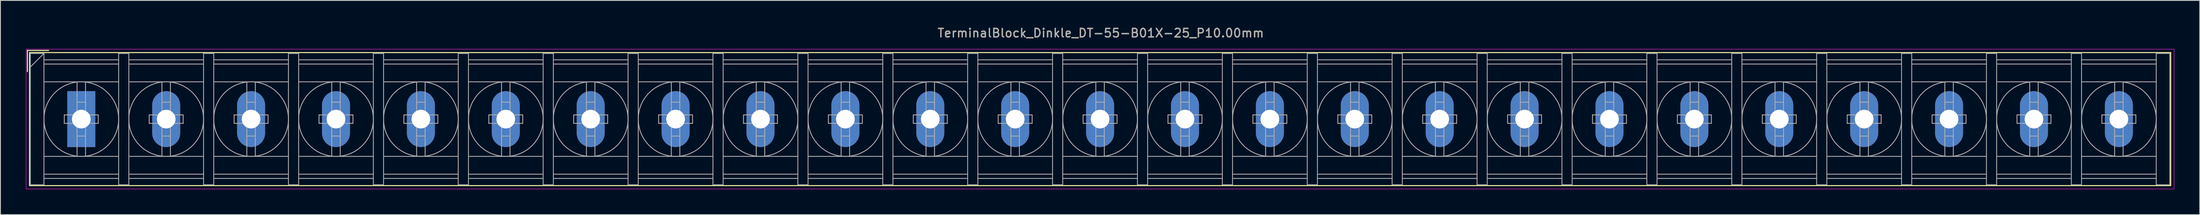
<source format=kicad_pcb>
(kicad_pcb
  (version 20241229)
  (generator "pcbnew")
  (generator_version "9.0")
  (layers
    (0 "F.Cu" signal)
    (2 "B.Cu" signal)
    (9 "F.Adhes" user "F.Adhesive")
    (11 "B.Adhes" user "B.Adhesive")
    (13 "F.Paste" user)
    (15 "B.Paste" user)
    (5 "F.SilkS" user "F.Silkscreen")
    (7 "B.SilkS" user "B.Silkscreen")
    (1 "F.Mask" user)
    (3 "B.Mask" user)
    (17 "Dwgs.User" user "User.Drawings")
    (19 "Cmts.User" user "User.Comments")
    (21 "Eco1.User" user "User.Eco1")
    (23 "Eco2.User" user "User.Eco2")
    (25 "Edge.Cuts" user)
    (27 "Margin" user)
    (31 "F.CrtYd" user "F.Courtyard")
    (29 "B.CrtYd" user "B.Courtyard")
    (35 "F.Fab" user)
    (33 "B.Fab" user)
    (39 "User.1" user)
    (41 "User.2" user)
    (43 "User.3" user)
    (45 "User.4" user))
  (footprint "TerminalBlock_Dinkle_DT-55-B01X-25_P10.00mm"
    (layer "F.Cu")
    (at 6.525 11.008)
    (property "Reference" "TerminalBlock_Dinkle_DT-55-B01X-25_P10.00mm" (at 120.08 -10.16 0) (layer "F.SilkS") (effects (font (size 1 1) (thickness 0.15))))
    (attr through_hole)
    (fp_line (start -6.35 -8.1) (end -3.85 -8.1) (stroke (width 0.12) (type solid)) (layer "F.SilkS"))
    (fp_line (start -6.35 -5.6) (end -6.35 -8.1) (stroke (width 0.12) (type solid)) (layer "F.SilkS"))
    (fp_line (start -6.1 -7.85) (end 246.1 -7.85) (stroke (width 0.12) (type solid)) (layer "F.SilkS"))
    (fp_line (start -6.1 7.85) (end -6.1 -7.85) (stroke (width 0.12) (type solid)) (layer "F.SilkS"))
    (fp_line (start -6.1 7.85) (end 246.1 7.85) (stroke (width 0.12) (type solid)) (layer "F.SilkS"))
    (fp_line (start 246.1 -7.85) (end 246.1 7.85) (stroke (width 0.12) (type solid)) (layer "F.SilkS"))
    (fp_line (start -6.5 -8.25) (end 246.5 -8.25) (stroke (width 0.05) (type solid)) (layer "F.CrtYd"))
    (fp_line (start -6.5 8.25) (end -6.5 -8.25) (stroke (width 0.05) (type solid)) (layer "F.CrtYd"))
    (fp_line (start -6.5 8.25) (end 246.5 8.25) (stroke (width 0.05) (type solid)) (layer "F.CrtYd"))
    (fp_line (start 246.5 -8.25) (end 246.5 8.25) (stroke (width 0.05) (type solid)) (layer "F.CrtYd"))
    (fp_line (start -6 -7.75) (end -6 7.75) (stroke (width 0.1) (type solid)) (layer "F.Fab"))
    (fp_line (start -6 -7.75) (end -4.4 -7.75) (stroke (width 0.1) (type solid)) (layer "F.Fab"))
    (fp_line (start -6 7.75) (end -4.4 7.75) (stroke (width 0.1) (type solid)) (layer "F.Fab"))
    (fp_line (start -4.4 -7.75) (end -6 -6.15) (stroke (width 0.1) (type solid)) (layer "F.Fab"))
    (fp_line (start -4.4 -7.75) (end -4.4 7.75) (stroke (width 0.1) (type solid)) (layer "F.Fab"))
    (fp_line (start -4.4 -7) (end 4.4 -7) (stroke (width 0.1) (type solid)) (layer "F.Fab"))
    (fp_line (start -4.4 -6.5) (end 4.4 -6.5) (stroke (width 0.1) (type solid)) (layer "F.Fab"))
    (fp_line (start -4.4 -4.4) (end 4.4 -4.4) (stroke (width 0.1) (type solid)) (layer "F.Fab"))
    (fp_line (start -4.4 4.4) (end 4.4 4.4) (stroke (width 0.1) (type solid)) (layer "F.Fab"))
    (fp_line (start -4.4 6.5) (end 4.4 6.5) (stroke (width 0.1) (type solid)) (layer "F.Fab"))
    (fp_line (start -4.4 7) (end 4.4 7) (stroke (width 0.1) (type solid)) (layer "F.Fab"))
    (fp_line (start -2 -0.5) (end -2 0.5) (stroke (width 0.1) (type solid)) (layer "F.Fab"))
    (fp_line (start -2 0.5) (end -0.5 0.5) (stroke (width 0.1) (type solid)) (layer "F.Fab"))
    (fp_line (start -0.5 -4.35) (end -0.5 -0.5) (stroke (width 0.1) (type solid)) (layer "F.Fab"))
    (fp_line (start -0.5 -2) (end 0.5 -2) (stroke (width 0.1) (type solid)) (layer "F.Fab"))
    (fp_line (start -0.5 -0.5) (end -2 -0.5) (stroke (width 0.1) (type solid)) (layer "F.Fab"))
    (fp_line (start -0.5 0.5) (end -0.5 4.35) (stroke (width 0.1) (type solid)) (layer "F.Fab"))
    (fp_line (start -0.5 2) (end 0.5 2) (stroke (width 0.1) (type solid)) (layer "F.Fab"))
    (fp_line (start 0.5 -4.35) (end 0.5 -0.5) (stroke (width 0.1) (type solid)) (layer "F.Fab"))
    (fp_line (start 0.5 -0.5) (end 2 -0.5) (stroke (width 0.1) (type solid)) (layer "F.Fab"))
    (fp_line (start 0.5 0.5) (end 0.5 4.35) (stroke (width 0.1) (type solid)) (layer "F.Fab"))
    (fp_line (start 2 -0.5) (end 2 0.5) (stroke (width 0.1) (type solid)) (layer "F.Fab"))
    (fp_line (start 2 0.5) (end 0.5 0.5) (stroke (width 0.1) (type solid)) (layer "F.Fab"))
    (fp_line (start 4.4 -7.75) (end 4.4 7.75) (stroke (width 0.1) (type solid)) (layer "F.Fab"))
    (fp_line (start 4.4 -7.75) (end 5.6 -7.75) (stroke (width 0.1) (type solid)) (layer "F.Fab"))
    (fp_line (start 4.4 7.75) (end 5.6 7.75) (stroke (width 0.1) (type solid)) (layer "F.Fab"))
    (fp_line (start 5.6 -7.75) (end 5.6 7.75) (stroke (width 0.1) (type solid)) (layer "F.Fab"))
    (fp_line (start 5.6 -7) (end 14.4 -7) (stroke (width 0.1) (type solid)) (layer "F.Fab"))
    (fp_line (start 5.6 -6.5) (end 14.4 -6.5) (stroke (width 0.1) (type solid)) (layer "F.Fab"))
    (fp_line (start 5.6 -4.4) (end 14.4 -4.4) (stroke (width 0.1) (type solid)) (layer "F.Fab"))
    (fp_line (start 5.6 4.4) (end 14.4 4.4) (stroke (width 0.1) (type solid)) (layer "F.Fab"))
    (fp_line (start 5.6 6.5) (end 14.4 6.5) (stroke (width 0.1) (type solid)) (layer "F.Fab"))
    (fp_line (start 5.6 7) (end 14.4 7) (stroke (width 0.1) (type solid)) (layer "F.Fab"))
    (fp_line (start 8 -0.5) (end 8 0.5) (stroke (width 0.1) (type solid)) (layer "F.Fab"))
    (fp_line (start 8 0.5) (end 9.5 0.5) (stroke (width 0.1) (type solid)) (layer "F.Fab"))
    (fp_line (start 9.5 -4.35) (end 9.5 -0.5) (stroke (width 0.1) (type solid)) (layer "F.Fab"))
    (fp_line (start 9.5 -2) (end 10.5 -2) (stroke (width 0.1) (type solid)) (layer "F.Fab"))
    (fp_line (start 9.5 -0.5) (end 8 -0.5) (stroke (width 0.1) (type solid)) (layer "F.Fab"))
    (fp_line (start 9.5 0.5) (end 9.5 4.35) (stroke (width 0.1) (type solid)) (layer "F.Fab"))
    (fp_line (start 9.5 2) (end 10.5 2) (stroke (width 0.1) (type solid)) (layer "F.Fab"))
    (fp_line (start 10.5 -4.35) (end 10.5 -0.5) (stroke (width 0.1) (type solid)) (layer "F.Fab"))
    (fp_line (start 10.5 -0.5) (end 12 -0.5) (stroke (width 0.1) (type solid)) (layer "F.Fab"))
    (fp_line (start 10.5 0.5) (end 10.5 4.35) (stroke (width 0.1) (type solid)) (layer "F.Fab"))
    (fp_line (start 12 -0.5) (end 12 0.5) (stroke (width 0.1) (type solid)) (layer "F.Fab"))
    (fp_line (start 12 0.5) (end 10.5 0.5) (stroke (width 0.1) (type solid)) (layer "F.Fab"))
    (fp_line (start 14.4 -7.75) (end 14.4 7.75) (stroke (width 0.1) (type solid)) (layer "F.Fab"))
    (fp_line (start 14.4 -7.75) (end 15.6 -7.75) (stroke (width 0.1) (type solid)) (layer "F.Fab"))
    (fp_line (start 14.4 7.75) (end 15.6 7.75) (stroke (width 0.1) (type solid)) (layer "F.Fab"))
    (fp_line (start 15.6 -7.75) (end 15.6 7.75) (stroke (width 0.1) (type solid)) (layer "F.Fab"))
    (fp_line (start 15.6 -7) (end 24.4 -7) (stroke (width 0.1) (type solid)) (layer "F.Fab"))
    (fp_line (start 15.6 -6.5) (end 24.4 -6.5) (stroke (width 0.1) (type solid)) (layer "F.Fab"))
    (fp_line (start 15.6 -4.4) (end 24.4 -4.4) (stroke (width 0.1) (type solid)) (layer "F.Fab"))
    (fp_line (start 15.6 4.4) (end 24.4 4.4) (stroke (width 0.1) (type solid)) (layer "F.Fab"))
    (fp_line (start 15.6 6.5) (end 24.4 6.5) (stroke (width 0.1) (type solid)) (layer "F.Fab"))
    (fp_line (start 15.6 7) (end 24.4 7) (stroke (width 0.1) (type solid)) (layer "F.Fab"))
    (fp_line (start 18 -0.5) (end 18 0.5) (stroke (width 0.1) (type solid)) (layer "F.Fab"))
    (fp_line (start 18 0.5) (end 19.5 0.5) (stroke (width 0.1) (type solid)) (layer "F.Fab"))
    (fp_line (start 19.5 -4.35) (end 19.5 -0.5) (stroke (width 0.1) (type solid)) (layer "F.Fab"))
    (fp_line (start 19.5 -2) (end 20.5 -2) (stroke (width 0.1) (type solid)) (layer "F.Fab"))
    (fp_line (start 19.5 -0.5) (end 18 -0.5) (stroke (width 0.1) (type solid)) (layer "F.Fab"))
    (fp_line (start 19.5 0.5) (end 19.5 4.35) (stroke (width 0.1) (type solid)) (layer "F.Fab"))
    (fp_line (start 19.5 2) (end 20.5 2) (stroke (width 0.1) (type solid)) (layer "F.Fab"))
    (fp_line (start 20.5 -4.35) (end 20.5 -0.5) (stroke (width 0.1) (type solid)) (layer "F.Fab"))
    (fp_line (start 20.5 -0.5) (end 22 -0.5) (stroke (width 0.1) (type solid)) (layer "F.Fab"))
    (fp_line (start 20.5 0.5) (end 20.5 4.35) (stroke (width 0.1) (type solid)) (layer "F.Fab"))
    (fp_line (start 22 -0.5) (end 22 0.5) (stroke (width 0.1) (type solid)) (layer "F.Fab"))
    (fp_line (start 22 0.5) (end 20.5 0.5) (stroke (width 0.1) (type solid)) (layer "F.Fab"))
    (fp_line (start 24.4 -7.75) (end 24.4 7.75) (stroke (width 0.1) (type solid)) (layer "F.Fab"))
    (fp_line (start 24.4 -7.75) (end 25.6 -7.75) (stroke (width 0.1) (type solid)) (layer "F.Fab"))
    (fp_line (start 24.4 7.75) (end 25.6 7.75) (stroke (width 0.1) (type solid)) (layer "F.Fab"))
    (fp_line (start 25.6 -7.75) (end 25.6 7.75) (stroke (width 0.1) (type solid)) (layer "F.Fab"))
    (fp_line (start 25.6 -7) (end 34.4 -7) (stroke (width 0.1) (type solid)) (layer "F.Fab"))
    (fp_line (start 25.6 -6.5) (end 34.4 -6.5) (stroke (width 0.1) (type solid)) (layer "F.Fab"))
    (fp_line (start 25.6 -4.4) (end 34.4 -4.4) (stroke (width 0.1) (type solid)) (layer "F.Fab"))
    (fp_line (start 25.6 4.4) (end 34.4 4.4) (stroke (width 0.1) (type solid)) (layer "F.Fab"))
    (fp_line (start 25.6 6.5) (end 34.4 6.5) (stroke (width 0.1) (type solid)) (layer "F.Fab"))
    (fp_line (start 25.6 7) (end 34.4 7) (stroke (width 0.1) (type solid)) (layer "F.Fab"))
    (fp_line (start 28 -0.5) (end 28 0.5) (stroke (width 0.1) (type solid)) (layer "F.Fab"))
    (fp_line (start 28 0.5) (end 29.5 0.5) (stroke (width 0.1) (type solid)) (layer "F.Fab"))
    (fp_line (start 29.5 -4.35) (end 29.5 -0.5) (stroke (width 0.1) (type solid)) (layer "F.Fab"))
    (fp_line (start 29.5 -2) (end 30.5 -2) (stroke (width 0.1) (type solid)) (layer "F.Fab"))
    (fp_line (start 29.5 -0.5) (end 28 -0.5) (stroke (width 0.1) (type solid)) (layer "F.Fab"))
    (fp_line (start 29.5 0.5) (end 29.5 4.35) (stroke (width 0.1) (type solid)) (layer "F.Fab"))
    (fp_line (start 29.5 2) (end 30.5 2) (stroke (width 0.1) (type solid)) (layer "F.Fab"))
    (fp_line (start 30.5 -4.35) (end 30.5 -0.5) (stroke (width 0.1) (type solid)) (layer "F.Fab"))
    (fp_line (start 30.5 -0.5) (end 32 -0.5) (stroke (width 0.1) (type solid)) (layer "F.Fab"))
    (fp_line (start 30.5 0.5) (end 30.5 4.35) (stroke (width 0.1) (type solid)) (layer "F.Fab"))
    (fp_line (start 32 -0.5) (end 32 0.5) (stroke (width 0.1) (type solid)) (layer "F.Fab"))
    (fp_line (start 32 0.5) (end 30.5 0.5) (stroke (width 0.1) (type solid)) (layer "F.Fab"))
    (fp_line (start 34.4 -7.75) (end 34.4 7.75) (stroke (width 0.1) (type solid)) (layer "F.Fab"))
    (fp_line (start 34.4 -7.75) (end 35.6 -7.75) (stroke (width 0.1) (type solid)) (layer "F.Fab"))
    (fp_line (start 34.4 7.75) (end 35.6 7.75) (stroke (width 0.1) (type solid)) (layer "F.Fab"))
    (fp_line (start 35.6 -7.75) (end 35.6 7.75) (stroke (width 0.1) (type solid)) (layer "F.Fab"))
    (fp_line (start 35.6 -7) (end 44.4 -7) (stroke (width 0.1) (type solid)) (layer "F.Fab"))
    (fp_line (start 35.6 -6.5) (end 44.4 -6.5) (stroke (width 0.1) (type solid)) (layer "F.Fab"))
    (fp_line (start 35.6 -4.4) (end 44.4 -4.4) (stroke (width 0.1) (type solid)) (layer "F.Fab"))
    (fp_line (start 35.6 4.4) (end 44.4 4.4) (stroke (width 0.1) (type solid)) (layer "F.Fab"))
    (fp_line (start 35.6 6.5) (end 44.4 6.5) (stroke (width 0.1) (type solid)) (layer "F.Fab"))
    (fp_line (start 35.6 7) (end 44.4 7) (stroke (width 0.1) (type solid)) (layer "F.Fab"))
    (fp_line (start 38 -0.5) (end 38 0.5) (stroke (width 0.1) (type solid)) (layer "F.Fab"))
    (fp_line (start 38 0.5) (end 39.5 0.5) (stroke (width 0.1) (type solid)) (layer "F.Fab"))
    (fp_line (start 39.5 -4.35) (end 39.5 -0.5) (stroke (width 0.1) (type solid)) (layer "F.Fab"))
    (fp_line (start 39.5 -2) (end 40.5 -2) (stroke (width 0.1) (type solid)) (layer "F.Fab"))
    (fp_line (start 39.5 -0.5) (end 38 -0.5) (stroke (width 0.1) (type solid)) (layer "F.Fab"))
    (fp_line (start 39.5 0.5) (end 39.5 4.35) (stroke (width 0.1) (type solid)) (layer "F.Fab"))
    (fp_line (start 39.5 2) (end 40.5 2) (stroke (width 0.1) (type solid)) (layer "F.Fab"))
    (fp_line (start 40.5 -4.35) (end 40.5 -0.5) (stroke (width 0.1) (type solid)) (layer "F.Fab"))
    (fp_line (start 40.5 -0.5) (end 42 -0.5) (stroke (width 0.1) (type solid)) (layer "F.Fab"))
    (fp_line (start 40.5 0.5) (end 40.5 4.35) (stroke (width 0.1) (type solid)) (layer "F.Fab"))
    (fp_line (start 42 -0.5) (end 42 0.5) (stroke (width 0.1) (type solid)) (layer "F.Fab"))
    (fp_line (start 42 0.5) (end 40.5 0.5) (stroke (width 0.1) (type solid)) (layer "F.Fab"))
    (fp_line (start 44.4 -7.75) (end 44.4 7.75) (stroke (width 0.1) (type solid)) (layer "F.Fab"))
    (fp_line (start 44.4 -7.75) (end 45.6 -7.75) (stroke (width 0.1) (type solid)) (layer "F.Fab"))
    (fp_line (start 44.4 7.75) (end 45.6 7.75) (stroke (width 0.1) (type solid)) (layer "F.Fab"))
    (fp_line (start 45.6 -7.75) (end 45.6 7.75) (stroke (width 0.1) (type solid)) (layer "F.Fab"))
    (fp_line (start 45.6 -7) (end 54.4 -7) (stroke (width 0.1) (type solid)) (layer "F.Fab"))
    (fp_line (start 45.6 -6.5) (end 54.4 -6.5) (stroke (width 0.1) (type solid)) (layer "F.Fab"))
    (fp_line (start 45.6 -4.4) (end 54.4 -4.4) (stroke (width 0.1) (type solid)) (layer "F.Fab"))
    (fp_line (start 45.6 4.4) (end 54.4 4.4) (stroke (width 0.1) (type solid)) (layer "F.Fab"))
    (fp_line (start 45.6 6.5) (end 54.4 6.5) (stroke (width 0.1) (type solid)) (layer "F.Fab"))
    (fp_line (start 45.6 7) (end 54.4 7) (stroke (width 0.1) (type solid)) (layer "F.Fab"))
    (fp_line (start 48 -0.5) (end 48 0.5) (stroke (width 0.1) (type solid)) (layer "F.Fab"))
    (fp_line (start 48 0.5) (end 49.5 0.5) (stroke (width 0.1) (type solid)) (layer "F.Fab"))
    (fp_line (start 49.5 -4.35) (end 49.5 -0.5) (stroke (width 0.1) (type solid)) (layer "F.Fab"))
    (fp_line (start 49.5 -2) (end 50.5 -2) (stroke (width 0.1) (type solid)) (layer "F.Fab"))
    (fp_line (start 49.5 -0.5) (end 48 -0.5) (stroke (width 0.1) (type solid)) (layer "F.Fab"))
    (fp_line (start 49.5 0.5) (end 49.5 4.35) (stroke (width 0.1) (type solid)) (layer "F.Fab"))
    (fp_line (start 49.5 2) (end 50.5 2) (stroke (width 0.1) (type solid)) (layer "F.Fab"))
    (fp_line (start 50.5 -4.35) (end 50.5 -0.5) (stroke (width 0.1) (type solid)) (layer "F.Fab"))
    (fp_line (start 50.5 -0.5) (end 52 -0.5) (stroke (width 0.1) (type solid)) (layer "F.Fab"))
    (fp_line (start 50.5 0.5) (end 50.5 4.35) (stroke (width 0.1) (type solid)) (layer "F.Fab"))
    (fp_line (start 52 -0.5) (end 52 0.5) (stroke (width 0.1) (type solid)) (layer "F.Fab"))
    (fp_line (start 52 0.5) (end 50.5 0.5) (stroke (width 0.1) (type solid)) (layer "F.Fab"))
    (fp_line (start 54.4 -7.75) (end 54.4 7.75) (stroke (width 0.1) (type solid)) (layer "F.Fab"))
    (fp_line (start 54.4 -7.75) (end 55.6 -7.75) (stroke (width 0.1) (type solid)) (layer "F.Fab"))
    (fp_line (start 54.4 7.75) (end 55.6 7.75) (stroke (width 0.1) (type solid)) (layer "F.Fab"))
    (fp_line (start 55.6 -7.75) (end 55.6 7.75) (stroke (width 0.1) (type solid)) (layer "F.Fab"))
    (fp_line (start 55.6 -7) (end 64.4 -7) (stroke (width 0.1) (type solid)) (layer "F.Fab"))
    (fp_line (start 55.6 -6.5) (end 64.4 -6.5) (stroke (width 0.1) (type solid)) (layer "F.Fab"))
    (fp_line (start 55.6 -4.4) (end 64.4 -4.4) (stroke (width 0.1) (type solid)) (layer "F.Fab"))
    (fp_line (start 55.6 4.4) (end 64.4 4.4) (stroke (width 0.1) (type solid)) (layer "F.Fab"))
    (fp_line (start 55.6 6.5) (end 64.4 6.5) (stroke (width 0.1) (type solid)) (layer "F.Fab"))
    (fp_line (start 55.6 7) (end 64.4 7) (stroke (width 0.1) (type solid)) (layer "F.Fab"))
    (fp_line (start 58 -0.5) (end 58 0.5) (stroke (width 0.1) (type solid)) (layer "F.Fab"))
    (fp_line (start 58 0.5) (end 59.5 0.5) (stroke (width 0.1) (type solid)) (layer "F.Fab"))
    (fp_line (start 59.5 -4.35) (end 59.5 -0.5) (stroke (width 0.1) (type solid)) (layer "F.Fab"))
    (fp_line (start 59.5 -2) (end 60.5 -2) (stroke (width 0.1) (type solid)) (layer "F.Fab"))
    (fp_line (start 59.5 -0.5) (end 58 -0.5) (stroke (width 0.1) (type solid)) (layer "F.Fab"))
    (fp_line (start 59.5 0.5) (end 59.5 4.35) (stroke (width 0.1) (type solid)) (layer "F.Fab"))
    (fp_line (start 59.5 2) (end 60.5 2) (stroke (width 0.1) (type solid)) (layer "F.Fab"))
    (fp_line (start 60.5 -4.35) (end 60.5 -0.5) (stroke (width 0.1) (type solid)) (layer "F.Fab"))
    (fp_line (start 60.5 -0.5) (end 62 -0.5) (stroke (width 0.1) (type solid)) (layer "F.Fab"))
    (fp_line (start 60.5 0.5) (end 60.5 4.35) (stroke (width 0.1) (type solid)) (layer "F.Fab"))
    (fp_line (start 62 -0.5) (end 62 0.5) (stroke (width 0.1) (type solid)) (layer "F.Fab"))
    (fp_line (start 62 0.5) (end 60.5 0.5) (stroke (width 0.1) (type solid)) (layer "F.Fab"))
    (fp_line (start 64.4 -7.75) (end 64.4 7.75) (stroke (width 0.1) (type solid)) (layer "F.Fab"))
    (fp_line (start 64.4 -7.75) (end 65.6 -7.75) (stroke (width 0.1) (type solid)) (layer "F.Fab"))
    (fp_line (start 64.4 7.75) (end 65.6 7.75) (stroke (width 0.1) (type solid)) (layer "F.Fab"))
    (fp_line (start 65.6 -7.75) (end 65.6 7.75) (stroke (width 0.1) (type solid)) (layer "F.Fab"))
    (fp_line (start 65.6 -7) (end 74.4 -7) (stroke (width 0.1) (type solid)) (layer "F.Fab"))
    (fp_line (start 65.6 -6.5) (end 74.4 -6.5) (stroke (width 0.1) (type solid)) (layer "F.Fab"))
    (fp_line (start 65.6 -4.4) (end 74.4 -4.4) (stroke (width 0.1) (type solid)) (layer "F.Fab"))
    (fp_line (start 65.6 4.4) (end 74.4 4.4) (stroke (width 0.1) (type solid)) (layer "F.Fab"))
    (fp_line (start 65.6 6.5) (end 74.4 6.5) (stroke (width 0.1) (type solid)) (layer "F.Fab"))
    (fp_line (start 65.6 7) (end 74.4 7) (stroke (width 0.1) (type solid)) (layer "F.Fab"))
    (fp_line (start 68 -0.5) (end 68 0.5) (stroke (width 0.1) (type solid)) (layer "F.Fab"))
    (fp_line (start 68 0.5) (end 69.5 0.5) (stroke (width 0.1) (type solid)) (layer "F.Fab"))
    (fp_line (start 69.5 -4.35) (end 69.5 -0.5) (stroke (width 0.1) (type solid)) (layer "F.Fab"))
    (fp_line (start 69.5 -2) (end 70.5 -2) (stroke (width 0.1) (type solid)) (layer "F.Fab"))
    (fp_line (start 69.5 -0.5) (end 68 -0.5) (stroke (width 0.1) (type solid)) (layer "F.Fab"))
    (fp_line (start 69.5 0.5) (end 69.5 4.35) (stroke (width 0.1) (type solid)) (layer "F.Fab"))
    (fp_line (start 69.5 2) (end 70.5 2) (stroke (width 0.1) (type solid)) (layer "F.Fab"))
    (fp_line (start 70.5 -4.35) (end 70.5 -0.5) (stroke (width 0.1) (type solid)) (layer "F.Fab"))
    (fp_line (start 70.5 -0.5) (end 72 -0.5) (stroke (width 0.1) (type solid)) (layer "F.Fab"))
    (fp_line (start 70.5 0.5) (end 70.5 4.35) (stroke (width 0.1) (type solid)) (layer "F.Fab"))
    (fp_line (start 72 -0.5) (end 72 0.5) (stroke (width 0.1) (type solid)) (layer "F.Fab"))
    (fp_line (start 72 0.5) (end 70.5 0.5) (stroke (width 0.1) (type solid)) (layer "F.Fab"))
    (fp_line (start 74.4 -7.75) (end 74.4 7.75) (stroke (width 0.1) (type solid)) (layer "F.Fab"))
    (fp_line (start 74.4 -7.75) (end 75.6 -7.75) (stroke (width 0.1) (type solid)) (layer "F.Fab"))
    (fp_line (start 74.4 7.75) (end 75.6 7.75) (stroke (width 0.1) (type solid)) (layer "F.Fab"))
    (fp_line (start 75.6 -7.75) (end 75.6 7.75) (stroke (width 0.1) (type solid)) (layer "F.Fab"))
    (fp_line (start 75.6 -7) (end 84.4 -7) (stroke (width 0.1) (type solid)) (layer "F.Fab"))
    (fp_line (start 75.6 -6.5) (end 84.4 -6.5) (stroke (width 0.1) (type solid)) (layer "F.Fab"))
    (fp_line (start 75.6 -4.4) (end 84.4 -4.4) (stroke (width 0.1) (type solid)) (layer "F.Fab"))
    (fp_line (start 75.6 4.4) (end 84.4 4.4) (stroke (width 0.1) (type solid)) (layer "F.Fab"))
    (fp_line (start 75.6 6.5) (end 84.4 6.5) (stroke (width 0.1) (type solid)) (layer "F.Fab"))
    (fp_line (start 75.6 7) (end 84.4 7) (stroke (width 0.1) (type solid)) (layer "F.Fab"))
    (fp_line (start 78 -0.5) (end 78 0.5) (stroke (width 0.1) (type solid)) (layer "F.Fab"))
    (fp_line (start 78 0.5) (end 79.5 0.5) (stroke (width 0.1) (type solid)) (layer "F.Fab"))
    (fp_line (start 79.5 -4.35) (end 79.5 -0.5) (stroke (width 0.1) (type solid)) (layer "F.Fab"))
    (fp_line (start 79.5 -2) (end 80.5 -2) (stroke (width 0.1) (type solid)) (layer "F.Fab"))
    (fp_line (start 79.5 -0.5) (end 78 -0.5) (stroke (width 0.1) (type solid)) (layer "F.Fab"))
    (fp_line (start 79.5 0.5) (end 79.5 4.35) (stroke (width 0.1) (type solid)) (layer "F.Fab"))
    (fp_line (start 79.5 2) (end 80.5 2) (stroke (width 0.1) (type solid)) (layer "F.Fab"))
    (fp_line (start 80.5 -4.35) (end 80.5 -0.5) (stroke (width 0.1) (type solid)) (layer "F.Fab"))
    (fp_line (start 80.5 -0.5) (end 82 -0.5) (stroke (width 0.1) (type solid)) (layer "F.Fab"))
    (fp_line (start 80.5 0.5) (end 80.5 4.35) (stroke (width 0.1) (type solid)) (layer "F.Fab"))
    (fp_line (start 82 -0.5) (end 82 0.5) (stroke (width 0.1) (type solid)) (layer "F.Fab"))
    (fp_line (start 82 0.5) (end 80.5 0.5) (stroke (width 0.1) (type solid)) (layer "F.Fab"))
    (fp_line (start 84.4 -7.75) (end 84.4 7.75) (stroke (width 0.1) (type solid)) (layer "F.Fab"))
    (fp_line (start 84.4 -7.75) (end 85.6 -7.75) (stroke (width 0.1) (type solid)) (layer "F.Fab"))
    (fp_line (start 84.4 7.75) (end 85.6 7.75) (stroke (width 0.1) (type solid)) (layer "F.Fab"))
    (fp_line (start 85.6 -7.75) (end 85.6 7.75) (stroke (width 0.1) (type solid)) (layer "F.Fab"))
    (fp_line (start 85.6 -7) (end 94.4 -7) (stroke (width 0.1) (type solid)) (layer "F.Fab"))
    (fp_line (start 85.6 -6.5) (end 94.4 -6.5) (stroke (width 0.1) (type solid)) (layer "F.Fab"))
    (fp_line (start 85.6 -4.4) (end 94.4 -4.4) (stroke (width 0.1) (type solid)) (layer "F.Fab"))
    (fp_line (start 85.6 4.4) (end 94.4 4.4) (stroke (width 0.1) (type solid)) (layer "F.Fab"))
    (fp_line (start 85.6 6.5) (end 94.4 6.5) (stroke (width 0.1) (type solid)) (layer "F.Fab"))
    (fp_line (start 85.6 7) (end 94.4 7) (stroke (width 0.1) (type solid)) (layer "F.Fab"))
    (fp_line (start 88 -0.5) (end 88 0.5) (stroke (width 0.1) (type solid)) (layer "F.Fab"))
    (fp_line (start 88 0.5) (end 89.5 0.5) (stroke (width 0.1) (type solid)) (layer "F.Fab"))
    (fp_line (start 89.5 -4.35) (end 89.5 -0.5) (stroke (width 0.1) (type solid)) (layer "F.Fab"))
    (fp_line (start 89.5 -2) (end 90.5 -2) (stroke (width 0.1) (type solid)) (layer "F.Fab"))
    (fp_line (start 89.5 -0.5) (end 88 -0.5) (stroke (width 0.1) (type solid)) (layer "F.Fab"))
    (fp_line (start 89.5 0.5) (end 89.5 4.35) (stroke (width 0.1) (type solid)) (layer "F.Fab"))
    (fp_line (start 89.5 2) (end 90.5 2) (stroke (width 0.1) (type solid)) (layer "F.Fab"))
    (fp_line (start 90.5 -4.35) (end 90.5 -0.5) (stroke (width 0.1) (type solid)) (layer "F.Fab"))
    (fp_line (start 90.5 -0.5) (end 92 -0.5) (stroke (width 0.1) (type solid)) (layer "F.Fab"))
    (fp_line (start 90.5 0.5) (end 90.5 4.35) (stroke (width 0.1) (type solid)) (layer "F.Fab"))
    (fp_line (start 92 -0.5) (end 92 0.5) (stroke (width 0.1) (type solid)) (layer "F.Fab"))
    (fp_line (start 92 0.5) (end 90.5 0.5) (stroke (width 0.1) (type solid)) (layer "F.Fab"))
    (fp_line (start 94.4 -7.75) (end 94.4 7.75) (stroke (width 0.1) (type solid)) (layer "F.Fab"))
    (fp_line (start 94.4 -7.75) (end 95.6 -7.75) (stroke (width 0.1) (type solid)) (layer "F.Fab"))
    (fp_line (start 94.4 7.75) (end 95.6 7.75) (stroke (width 0.1) (type solid)) (layer "F.Fab"))
    (fp_line (start 95.6 -7.75) (end 95.6 7.75) (stroke (width 0.1) (type solid)) (layer "F.Fab"))
    (fp_line (start 95.6 -7) (end 104.4 -7) (stroke (width 0.1) (type solid)) (layer "F.Fab"))
    (fp_line (start 95.6 -6.5) (end 104.4 -6.5) (stroke (width 0.1) (type solid)) (layer "F.Fab"))
    (fp_line (start 95.6 -4.4) (end 104.4 -4.4) (stroke (width 0.1) (type solid)) (layer "F.Fab"))
    (fp_line (start 95.6 4.4) (end 104.4 4.4) (stroke (width 0.1) (type solid)) (layer "F.Fab"))
    (fp_line (start 95.6 6.5) (end 104.4 6.5) (stroke (width 0.1) (type solid)) (layer "F.Fab"))
    (fp_line (start 95.6 7) (end 104.4 7) (stroke (width 0.1) (type solid)) (layer "F.Fab"))
    (fp_line (start 98 -0.5) (end 98 0.5) (stroke (width 0.1) (type solid)) (layer "F.Fab"))
    (fp_line (start 98 0.5) (end 99.5 0.5) (stroke (width 0.1) (type solid)) (layer "F.Fab"))
    (fp_line (start 99.5 -4.35) (end 99.5 -0.5) (stroke (width 0.1) (type solid)) (layer "F.Fab"))
    (fp_line (start 99.5 -2) (end 100.5 -2) (stroke (width 0.1) (type solid)) (layer "F.Fab"))
    (fp_line (start 99.5 -0.5) (end 98 -0.5) (stroke (width 0.1) (type solid)) (layer "F.Fab"))
    (fp_line (start 99.5 0.5) (end 99.5 4.35) (stroke (width 0.1) (type solid)) (layer "F.Fab"))
    (fp_line (start 99.5 2) (end 100.5 2) (stroke (width 0.1) (type solid)) (layer "F.Fab"))
    (fp_line (start 100.5 -4.35) (end 100.5 -0.5) (stroke (width 0.1) (type solid)) (layer "F.Fab"))
    (fp_line (start 100.5 -0.5) (end 102 -0.5) (stroke (width 0.1) (type solid)) (layer "F.Fab"))
    (fp_line (start 100.5 0.5) (end 100.5 4.35) (stroke (width 0.1) (type solid)) (layer "F.Fab"))
    (fp_line (start 102 -0.5) (end 102 0.5) (stroke (width 0.1) (type solid)) (layer "F.Fab"))
    (fp_line (start 102 0.5) (end 100.5 0.5) (stroke (width 0.1) (type solid)) (layer "F.Fab"))
    (fp_line (start 104.4 -7.75) (end 104.4 7.75) (stroke (width 0.1) (type solid)) (layer "F.Fab"))
    (fp_line (start 104.4 -7.75) (end 105.6 -7.75) (stroke (width 0.1) (type solid)) (layer "F.Fab"))
    (fp_line (start 104.4 7.75) (end 105.6 7.75) (stroke (width 0.1) (type solid)) (layer "F.Fab"))
    (fp_line (start 105.6 -7.75) (end 105.6 7.75) (stroke (width 0.1) (type solid)) (layer "F.Fab"))
    (fp_line (start 105.6 -7) (end 114.4 -7) (stroke (width 0.1) (type solid)) (layer "F.Fab"))
    (fp_line (start 105.6 -6.5) (end 114.4 -6.5) (stroke (width 0.1) (type solid)) (layer "F.Fab"))
    (fp_line (start 105.6 -4.4) (end 114.4 -4.4) (stroke (width 0.1) (type solid)) (layer "F.Fab"))
    (fp_line (start 105.6 4.4) (end 114.4 4.4) (stroke (width 0.1) (type solid)) (layer "F.Fab"))
    (fp_line (start 105.6 6.5) (end 114.4 6.5) (stroke (width 0.1) (type solid)) (layer "F.Fab"))
    (fp_line (start 105.6 7) (end 114.4 7) (stroke (width 0.1) (type solid)) (layer "F.Fab"))
    (fp_line (start 108 -0.5) (end 108 0.5) (stroke (width 0.1) (type solid)) (layer "F.Fab"))
    (fp_line (start 108 0.5) (end 109.5 0.5) (stroke (width 0.1) (type solid)) (layer "F.Fab"))
    (fp_line (start 109.5 -4.35) (end 109.5 -0.5) (stroke (width 0.1) (type solid)) (layer "F.Fab"))
    (fp_line (start 109.5 -2) (end 110.5 -2) (stroke (width 0.1) (type solid)) (layer "F.Fab"))
    (fp_line (start 109.5 -0.5) (end 108 -0.5) (stroke (width 0.1) (type solid)) (layer "F.Fab"))
    (fp_line (start 109.5 0.5) (end 109.5 4.35) (stroke (width 0.1) (type solid)) (layer "F.Fab"))
    (fp_line (start 109.5 2) (end 110.5 2) (stroke (width 0.1) (type solid)) (layer "F.Fab"))
    (fp_line (start 110.5 -4.35) (end 110.5 -0.5) (stroke (width 0.1) (type solid)) (layer "F.Fab"))
    (fp_line (start 110.5 -0.5) (end 112 -0.5) (stroke (width 0.1) (type solid)) (layer "F.Fab"))
    (fp_line (start 110.5 0.5) (end 110.5 4.35) (stroke (width 0.1) (type solid)) (layer "F.Fab"))
    (fp_line (start 112 -0.5) (end 112 0.5) (stroke (width 0.1) (type solid)) (layer "F.Fab"))
    (fp_line (start 112 0.5) (end 110.5 0.5) (stroke (width 0.1) (type solid)) (layer "F.Fab"))
    (fp_line (start 114.4 -7.75) (end 114.4 7.75) (stroke (width 0.1) (type solid)) (layer "F.Fab"))
    (fp_line (start 114.4 -7.75) (end 115.6 -7.75) (stroke (width 0.1) (type solid)) (layer "F.Fab"))
    (fp_line (start 114.4 7.75) (end 115.6 7.75) (stroke (width 0.1) (type solid)) (layer "F.Fab"))
    (fp_line (start 115.6 -7.75) (end 115.6 7.75) (stroke (width 0.1) (type solid)) (layer "F.Fab"))
    (fp_line (start 115.6 -7) (end 124.4 -7) (stroke (width 0.1) (type solid)) (layer "F.Fab"))
    (fp_line (start 115.6 -6.5) (end 124.4 -6.5) (stroke (width 0.1) (type solid)) (layer "F.Fab"))
    (fp_line (start 115.6 -4.4) (end 124.4 -4.4) (stroke (width 0.1) (type solid)) (layer "F.Fab"))
    (fp_line (start 115.6 4.4) (end 124.4 4.4) (stroke (width 0.1) (type solid)) (layer "F.Fab"))
    (fp_line (start 115.6 6.5) (end 124.4 6.5) (stroke (width 0.1) (type solid)) (layer "F.Fab"))
    (fp_line (start 115.6 7) (end 124.4 7) (stroke (width 0.1) (type solid)) (layer "F.Fab"))
    (fp_line (start 118 -0.5) (end 118 0.5) (stroke (width 0.1) (type solid)) (layer "F.Fab"))
    (fp_line (start 118 0.5) (end 119.5 0.5) (stroke (width 0.1) (type solid)) (layer "F.Fab"))
    (fp_line (start 119.5 -4.35) (end 119.5 -0.5) (stroke (width 0.1) (type solid)) (layer "F.Fab"))
    (fp_line (start 119.5 -2) (end 120.5 -2) (stroke (width 0.1) (type solid)) (layer "F.Fab"))
    (fp_line (start 119.5 -0.5) (end 118 -0.5) (stroke (width 0.1) (type solid)) (layer "F.Fab"))
    (fp_line (start 119.5 0.5) (end 119.5 4.35) (stroke (width 0.1) (type solid)) (layer "F.Fab"))
    (fp_line (start 119.5 2) (end 120.5 2) (stroke (width 0.1) (type solid)) (layer "F.Fab"))
    (fp_line (start 120.5 -4.35) (end 120.5 -0.5) (stroke (width 0.1) (type solid)) (layer "F.Fab"))
    (fp_line (start 120.5 -0.5) (end 122 -0.5) (stroke (width 0.1) (type solid)) (layer "F.Fab"))
    (fp_line (start 120.5 0.5) (end 120.5 4.35) (stroke (width 0.1) (type solid)) (layer "F.Fab"))
    (fp_line (start 122 -0.5) (end 122 0.5) (stroke (width 0.1) (type solid)) (layer "F.Fab"))
    (fp_line (start 122 0.5) (end 120.5 0.5) (stroke (width 0.1) (type solid)) (layer "F.Fab"))
    (fp_line (start 124.4 -7.75) (end 124.4 7.75) (stroke (width 0.1) (type solid)) (layer "F.Fab"))
    (fp_line (start 124.4 -7.75) (end 125.6 -7.75) (stroke (width 0.1) (type solid)) (layer "F.Fab"))
    (fp_line (start 124.4 7.75) (end 125.6 7.75) (stroke (width 0.1) (type solid)) (layer "F.Fab"))
    (fp_line (start 125.6 -7.75) (end 125.6 7.75) (stroke (width 0.1) (type solid)) (layer "F.Fab"))
    (fp_line (start 125.6 -7) (end 134.4 -7) (stroke (width 0.1) (type solid)) (layer "F.Fab"))
    (fp_line (start 125.6 -6.5) (end 134.4 -6.5) (stroke (width 0.1) (type solid)) (layer "F.Fab"))
    (fp_line (start 125.6 -4.4) (end 134.4 -4.4) (stroke (width 0.1) (type solid)) (layer "F.Fab"))
    (fp_line (start 125.6 4.4) (end 134.4 4.4) (stroke (width 0.1) (type solid)) (layer "F.Fab"))
    (fp_line (start 125.6 6.5) (end 134.4 6.5) (stroke (width 0.1) (type solid)) (layer "F.Fab"))
    (fp_line (start 125.6 7) (end 134.4 7) (stroke (width 0.1) (type solid)) (layer "F.Fab"))
    (fp_line (start 128 -0.5) (end 128 0.5) (stroke (width 0.1) (type solid)) (layer "F.Fab"))
    (fp_line (start 128 0.5) (end 129.5 0.5) (stroke (width 0.1) (type solid)) (layer "F.Fab"))
    (fp_line (start 129.5 -4.35) (end 129.5 -0.5) (stroke (width 0.1) (type solid)) (layer "F.Fab"))
    (fp_line (start 129.5 -2) (end 130.5 -2) (stroke (width 0.1) (type solid)) (layer "F.Fab"))
    (fp_line (start 129.5 -0.5) (end 128 -0.5) (stroke (width 0.1) (type solid)) (layer "F.Fab"))
    (fp_line (start 129.5 0.5) (end 129.5 4.35) (stroke (width 0.1) (type solid)) (layer "F.Fab"))
    (fp_line (start 129.5 2) (end 130.5 2) (stroke (width 0.1) (type solid)) (layer "F.Fab"))
    (fp_line (start 130.5 -4.35) (end 130.5 -0.5) (stroke (width 0.1) (type solid)) (layer "F.Fab"))
    (fp_line (start 130.5 -0.5) (end 132 -0.5) (stroke (width 0.1) (type solid)) (layer "F.Fab"))
    (fp_line (start 130.5 0.5) (end 130.5 4.35) (stroke (width 0.1) (type solid)) (layer "F.Fab"))
    (fp_line (start 132 -0.5) (end 132 0.5) (stroke (width 0.1) (type solid)) (layer "F.Fab"))
    (fp_line (start 132 0.5) (end 130.5 0.5) (stroke (width 0.1) (type solid)) (layer "F.Fab"))
    (fp_line (start 134.4 -7.75) (end 134.4 7.75) (stroke (width 0.1) (type solid)) (layer "F.Fab"))
    (fp_line (start 134.4 -7.75) (end 135.6 -7.75) (stroke (width 0.1) (type solid)) (layer "F.Fab"))
    (fp_line (start 134.4 7.75) (end 135.6 7.75) (stroke (width 0.1) (type solid)) (layer "F.Fab"))
    (fp_line (start 135.6 -7.75) (end 135.6 7.75) (stroke (width 0.1) (type solid)) (layer "F.Fab"))
    (fp_line (start 135.6 -7) (end 144.4 -7) (stroke (width 0.1) (type solid)) (layer "F.Fab"))
    (fp_line (start 135.6 -6.5) (end 144.4 -6.5) (stroke (width 0.1) (type solid)) (layer "F.Fab"))
    (fp_line (start 135.6 -4.4) (end 144.4 -4.4) (stroke (width 0.1) (type solid)) (layer "F.Fab"))
    (fp_line (start 135.6 4.4) (end 144.4 4.4) (stroke (width 0.1) (type solid)) (layer "F.Fab"))
    (fp_line (start 135.6 6.5) (end 144.4 6.5) (stroke (width 0.1) (type solid)) (layer "F.Fab"))
    (fp_line (start 135.6 7) (end 144.4 7) (stroke (width 0.1) (type solid)) (layer "F.Fab"))
    (fp_line (start 138 -0.5) (end 138 0.5) (stroke (width 0.1) (type solid)) (layer "F.Fab"))
    (fp_line (start 138 0.5) (end 139.5 0.5) (stroke (width 0.1) (type solid)) (layer "F.Fab"))
    (fp_line (start 139.5 -4.35) (end 139.5 -0.5) (stroke (width 0.1) (type solid)) (layer "F.Fab"))
    (fp_line (start 139.5 -2) (end 140.5 -2) (stroke (width 0.1) (type solid)) (layer "F.Fab"))
    (fp_line (start 139.5 -0.5) (end 138 -0.5) (stroke (width 0.1) (type solid)) (layer "F.Fab"))
    (fp_line (start 139.5 0.5) (end 139.5 4.35) (stroke (width 0.1) (type solid)) (layer "F.Fab"))
    (fp_line (start 139.5 2) (end 140.5 2) (stroke (width 0.1) (type solid)) (layer "F.Fab"))
    (fp_line (start 140.5 -4.35) (end 140.5 -0.5) (stroke (width 0.1) (type solid)) (layer "F.Fab"))
    (fp_line (start 140.5 -0.5) (end 142 -0.5) (stroke (width 0.1) (type solid)) (layer "F.Fab"))
    (fp_line (start 140.5 0.5) (end 140.5 4.35) (stroke (width 0.1) (type solid)) (layer "F.Fab"))
    (fp_line (start 142 -0.5) (end 142 0.5) (stroke (width 0.1) (type solid)) (layer "F.Fab"))
    (fp_line (start 142 0.5) (end 140.5 0.5) (stroke (width 0.1) (type solid)) (layer "F.Fab"))
    (fp_line (start 144.4 -7.75) (end 144.4 7.75) (stroke (width 0.1) (type solid)) (layer "F.Fab"))
    (fp_line (start 144.4 -7.75) (end 145.6 -7.75) (stroke (width 0.1) (type solid)) (layer "F.Fab"))
    (fp_line (start 144.4 7.75) (end 145.6 7.75) (stroke (width 0.1) (type solid)) (layer "F.Fab"))
    (fp_line (start 145.6 -7.75) (end 145.6 7.75) (stroke (width 0.1) (type solid)) (layer "F.Fab"))
    (fp_line (start 145.6 -7) (end 154.4 -7) (stroke (width 0.1) (type solid)) (layer "F.Fab"))
    (fp_line (start 145.6 -6.5) (end 154.4 -6.5) (stroke (width 0.1) (type solid)) (layer "F.Fab"))
    (fp_line (start 145.6 -4.4) (end 154.4 -4.4) (stroke (width 0.1) (type solid)) (layer "F.Fab"))
    (fp_line (start 145.6 4.4) (end 154.4 4.4) (stroke (width 0.1) (type solid)) (layer "F.Fab"))
    (fp_line (start 145.6 6.5) (end 154.4 6.5) (stroke (width 0.1) (type solid)) (layer "F.Fab"))
    (fp_line (start 145.6 7) (end 154.4 7) (stroke (width 0.1) (type solid)) (layer "F.Fab"))
    (fp_line (start 148 -0.5) (end 148 0.5) (stroke (width 0.1) (type solid)) (layer "F.Fab"))
    (fp_line (start 148 0.5) (end 149.5 0.5) (stroke (width 0.1) (type solid)) (layer "F.Fab"))
    (fp_line (start 149.5 -4.35) (end 149.5 -0.5) (stroke (width 0.1) (type solid)) (layer "F.Fab"))
    (fp_line (start 149.5 -2) (end 150.5 -2) (stroke (width 0.1) (type solid)) (layer "F.Fab"))
    (fp_line (start 149.5 -0.5) (end 148 -0.5) (stroke (width 0.1) (type solid)) (layer "F.Fab"))
    (fp_line (start 149.5 0.5) (end 149.5 4.35) (stroke (width 0.1) (type solid)) (layer "F.Fab"))
    (fp_line (start 149.5 2) (end 150.5 2) (stroke (width 0.1) (type solid)) (layer "F.Fab"))
    (fp_line (start 150.5 -4.35) (end 150.5 -0.5) (stroke (width 0.1) (type solid)) (layer "F.Fab"))
    (fp_line (start 150.5 -0.5) (end 152 -0.5) (stroke (width 0.1) (type solid)) (layer "F.Fab"))
    (fp_line (start 150.5 0.5) (end 150.5 4.35) (stroke (width 0.1) (type solid)) (layer "F.Fab"))
    (fp_line (start 152 -0.5) (end 152 0.5) (stroke (width 0.1) (type solid)) (layer "F.Fab"))
    (fp_line (start 152 0.5) (end 150.5 0.5) (stroke (width 0.1) (type solid)) (layer "F.Fab"))
    (fp_line (start 154.4 -7.75) (end 154.4 7.75) (stroke (width 0.1) (type solid)) (layer "F.Fab"))
    (fp_line (start 154.4 -7.75) (end 155.6 -7.75) (stroke (width 0.1) (type solid)) (layer "F.Fab"))
    (fp_line (start 154.4 7.75) (end 155.6 7.75) (stroke (width 0.1) (type solid)) (layer "F.Fab"))
    (fp_line (start 155.6 -7.75) (end 155.6 7.75) (stroke (width 0.1) (type solid)) (layer "F.Fab"))
    (fp_line (start 155.6 -7) (end 164.4 -7) (stroke (width 0.1) (type solid)) (layer "F.Fab"))
    (fp_line (start 155.6 -6.5) (end 164.4 -6.5) (stroke (width 0.1) (type solid)) (layer "F.Fab"))
    (fp_line (start 155.6 -4.4) (end 164.4 -4.4) (stroke (width 0.1) (type solid)) (layer "F.Fab"))
    (fp_line (start 155.6 4.4) (end 164.4 4.4) (stroke (width 0.1) (type solid)) (layer "F.Fab"))
    (fp_line (start 155.6 6.5) (end 164.4 6.5) (stroke (width 0.1) (type solid)) (layer "F.Fab"))
    (fp_line (start 155.6 7) (end 164.4 7) (stroke (width 0.1) (type solid)) (layer "F.Fab"))
    (fp_line (start 158 -0.5) (end 158 0.5) (stroke (width 0.1) (type solid)) (layer "F.Fab"))
    (fp_line (start 158 0.5) (end 159.5 0.5) (stroke (width 0.1) (type solid)) (layer "F.Fab"))
    (fp_line (start 159.5 -4.35) (end 159.5 -0.5) (stroke (width 0.1) (type solid)) (layer "F.Fab"))
    (fp_line (start 159.5 -2) (end 160.5 -2) (stroke (width 0.1) (type solid)) (layer "F.Fab"))
    (fp_line (start 159.5 -0.5) (end 158 -0.5) (stroke (width 0.1) (type solid)) (layer "F.Fab"))
    (fp_line (start 159.5 0.5) (end 159.5 4.35) (stroke (width 0.1) (type solid)) (layer "F.Fab"))
    (fp_line (start 159.5 2) (end 160.5 2) (stroke (width 0.1) (type solid)) (layer "F.Fab"))
    (fp_line (start 160.5 -4.35) (end 160.5 -0.5) (stroke (width 0.1) (type solid)) (layer "F.Fab"))
    (fp_line (start 160.5 -0.5) (end 162 -0.5) (stroke (width 0.1) (type solid)) (layer "F.Fab"))
    (fp_line (start 160.5 0.5) (end 160.5 4.35) (stroke (width 0.1) (type solid)) (layer "F.Fab"))
    (fp_line (start 162 -0.5) (end 162 0.5) (stroke (width 0.1) (type solid)) (layer "F.Fab"))
    (fp_line (start 162 0.5) (end 160.5 0.5) (stroke (width 0.1) (type solid)) (layer "F.Fab"))
    (fp_line (start 164.4 -7.75) (end 164.4 7.75) (stroke (width 0.1) (type solid)) (layer "F.Fab"))
    (fp_line (start 164.4 -7.75) (end 165.6 -7.75) (stroke (width 0.1) (type solid)) (layer "F.Fab"))
    (fp_line (start 164.4 7.75) (end 165.6 7.75) (stroke (width 0.1) (type solid)) (layer "F.Fab"))
    (fp_line (start 165.6 -7.75) (end 165.6 7.75) (stroke (width 0.1) (type solid)) (layer "F.Fab"))
    (fp_line (start 165.6 -7) (end 174.4 -7) (stroke (width 0.1) (type solid)) (layer "F.Fab"))
    (fp_line (start 165.6 -6.5) (end 174.4 -6.5) (stroke (width 0.1) (type solid)) (layer "F.Fab"))
    (fp_line (start 165.6 -4.4) (end 174.4 -4.4) (stroke (width 0.1) (type solid)) (layer "F.Fab"))
    (fp_line (start 165.6 4.4) (end 174.4 4.4) (stroke (width 0.1) (type solid)) (layer "F.Fab"))
    (fp_line (start 165.6 6.5) (end 174.4 6.5) (stroke (width 0.1) (type solid)) (layer "F.Fab"))
    (fp_line (start 165.6 7) (end 174.4 7) (stroke (width 0.1) (type solid)) (layer "F.Fab"))
    (fp_line (start 168 -0.5) (end 168 0.5) (stroke (width 0.1) (type solid)) (layer "F.Fab"))
    (fp_line (start 168 0.5) (end 169.5 0.5) (stroke (width 0.1) (type solid)) (layer "F.Fab"))
    (fp_line (start 169.5 -4.35) (end 169.5 -0.5) (stroke (width 0.1) (type solid)) (layer "F.Fab"))
    (fp_line (start 169.5 -2) (end 170.5 -2) (stroke (width 0.1) (type solid)) (layer "F.Fab"))
    (fp_line (start 169.5 -0.5) (end 168 -0.5) (stroke (width 0.1) (type solid)) (layer "F.Fab"))
    (fp_line (start 169.5 0.5) (end 169.5 4.35) (stroke (width 0.1) (type solid)) (layer "F.Fab"))
    (fp_line (start 169.5 2) (end 170.5 2) (stroke (width 0.1) (type solid)) (layer "F.Fab"))
    (fp_line (start 170.5 -4.35) (end 170.5 -0.5) (stroke (width 0.1) (type solid)) (layer "F.Fab"))
    (fp_line (start 170.5 -0.5) (end 172 -0.5) (stroke (width 0.1) (type solid)) (layer "F.Fab"))
    (fp_line (start 170.5 0.5) (end 170.5 4.35) (stroke (width 0.1) (type solid)) (layer "F.Fab"))
    (fp_line (start 172 -0.5) (end 172 0.5) (stroke (width 0.1) (type solid)) (layer "F.Fab"))
    (fp_line (start 172 0.5) (end 170.5 0.5) (stroke (width 0.1) (type solid)) (layer "F.Fab"))
    (fp_line (start 174.4 -7.75) (end 174.4 7.75) (stroke (width 0.1) (type solid)) (layer "F.Fab"))
    (fp_line (start 174.4 -7.75) (end 175.6 -7.75) (stroke (width 0.1) (type solid)) (layer "F.Fab"))
    (fp_line (start 174.4 7.75) (end 175.6 7.75) (stroke (width 0.1) (type solid)) (layer "F.Fab"))
    (fp_line (start 175.6 -7.75) (end 175.6 7.75) (stroke (width 0.1) (type solid)) (layer "F.Fab"))
    (fp_line (start 175.6 -7) (end 184.4 -7) (stroke (width 0.1) (type solid)) (layer "F.Fab"))
    (fp_line (start 175.6 -6.5) (end 184.4 -6.5) (stroke (width 0.1) (type solid)) (layer "F.Fab"))
    (fp_line (start 175.6 -4.4) (end 184.4 -4.4) (stroke (width 0.1) (type solid)) (layer "F.Fab"))
    (fp_line (start 175.6 4.4) (end 184.4 4.4) (stroke (width 0.1) (type solid)) (layer "F.Fab"))
    (fp_line (start 175.6 6.5) (end 184.4 6.5) (stroke (width 0.1) (type solid)) (layer "F.Fab"))
    (fp_line (start 175.6 7) (end 184.4 7) (stroke (width 0.1) (type solid)) (layer "F.Fab"))
    (fp_line (start 178 -0.5) (end 178 0.5) (stroke (width 0.1) (type solid)) (layer "F.Fab"))
    (fp_line (start 178 0.5) (end 179.5 0.5) (stroke (width 0.1) (type solid)) (layer "F.Fab"))
    (fp_line (start 179.5 -4.35) (end 179.5 -0.5) (stroke (width 0.1) (type solid)) (layer "F.Fab"))
    (fp_line (start 179.5 -2) (end 180.5 -2) (stroke (width 0.1) (type solid)) (layer "F.Fab"))
    (fp_line (start 179.5 -0.5) (end 178 -0.5) (stroke (width 0.1) (type solid)) (layer "F.Fab"))
    (fp_line (start 179.5 0.5) (end 179.5 4.35) (stroke (width 0.1) (type solid)) (layer "F.Fab"))
    (fp_line (start 179.5 2) (end 180.5 2) (stroke (width 0.1) (type solid)) (layer "F.Fab"))
    (fp_line (start 180.5 -4.35) (end 180.5 -0.5) (stroke (width 0.1) (type solid)) (layer "F.Fab"))
    (fp_line (start 180.5 -0.5) (end 182 -0.5) (stroke (width 0.1) (type solid)) (layer "F.Fab"))
    (fp_line (start 180.5 0.5) (end 180.5 4.35) (stroke (width 0.1) (type solid)) (layer "F.Fab"))
    (fp_line (start 182 -0.5) (end 182 0.5) (stroke (width 0.1) (type solid)) (layer "F.Fab"))
    (fp_line (start 182 0.5) (end 180.5 0.5) (stroke (width 0.1) (type solid)) (layer "F.Fab"))
    (fp_line (start 184.4 -7.75) (end 184.4 7.75) (stroke (width 0.1) (type solid)) (layer "F.Fab"))
    (fp_line (start 184.4 -7.75) (end 185.6 -7.75) (stroke (width 0.1) (type solid)) (layer "F.Fab"))
    (fp_line (start 184.4 7.75) (end 185.6 7.75) (stroke (width 0.1) (type solid)) (layer "F.Fab"))
    (fp_line (start 185.6 -7.75) (end 185.6 7.75) (stroke (width 0.1) (type solid)) (layer "F.Fab"))
    (fp_line (start 185.6 -7) (end 194.4 -7) (stroke (width 0.1) (type solid)) (layer "F.Fab"))
    (fp_line (start 185.6 -6.5) (end 194.4 -6.5) (stroke (width 0.1) (type solid)) (layer "F.Fab"))
    (fp_line (start 185.6 -4.4) (end 194.4 -4.4) (stroke (width 0.1) (type solid)) (layer "F.Fab"))
    (fp_line (start 185.6 4.4) (end 194.4 4.4) (stroke (width 0.1) (type solid)) (layer "F.Fab"))
    (fp_line (start 185.6 6.5) (end 194.4 6.5) (stroke (width 0.1) (type solid)) (layer "F.Fab"))
    (fp_line (start 185.6 7) (end 194.4 7) (stroke (width 0.1) (type solid)) (layer "F.Fab"))
    (fp_line (start 188 -0.5) (end 188 0.5) (stroke (width 0.1) (type solid)) (layer "F.Fab"))
    (fp_line (start 188 0.5) (end 189.5 0.5) (stroke (width 0.1) (type solid)) (layer "F.Fab"))
    (fp_line (start 189.5 -4.35) (end 189.5 -0.5) (stroke (width 0.1) (type solid)) (layer "F.Fab"))
    (fp_line (start 189.5 -2) (end 190.5 -2) (stroke (width 0.1) (type solid)) (layer "F.Fab"))
    (fp_line (start 189.5 -0.5) (end 188 -0.5) (stroke (width 0.1) (type solid)) (layer "F.Fab"))
    (fp_line (start 189.5 0.5) (end 189.5 4.35) (stroke (width 0.1) (type solid)) (layer "F.Fab"))
    (fp_line (start 189.5 2) (end 190.5 2) (stroke (width 0.1) (type solid)) (layer "F.Fab"))
    (fp_line (start 190.5 -4.35) (end 190.5 -0.5) (stroke (width 0.1) (type solid)) (layer "F.Fab"))
    (fp_line (start 190.5 -0.5) (end 192 -0.5) (stroke (width 0.1) (type solid)) (layer "F.Fab"))
    (fp_line (start 190.5 0.5) (end 190.5 4.35) (stroke (width 0.1) (type solid)) (layer "F.Fab"))
    (fp_line (start 192 -0.5) (end 192 0.5) (stroke (width 0.1) (type solid)) (layer "F.Fab"))
    (fp_line (start 192 0.5) (end 190.5 0.5) (stroke (width 0.1) (type solid)) (layer "F.Fab"))
    (fp_line (start 194.4 -7.75) (end 194.4 7.75) (stroke (width 0.1) (type solid)) (layer "F.Fab"))
    (fp_line (start 194.4 -7.75) (end 195.6 -7.75) (stroke (width 0.1) (type solid)) (layer "F.Fab"))
    (fp_line (start 194.4 7.75) (end 195.6 7.75) (stroke (width 0.1) (type solid)) (layer "F.Fab"))
    (fp_line (start 195.6 -7.75) (end 195.6 7.75) (stroke (width 0.1) (type solid)) (layer "F.Fab"))
    (fp_line (start 195.6 -7) (end 204.4 -7) (stroke (width 0.1) (type solid)) (layer "F.Fab"))
    (fp_line (start 195.6 -6.5) (end 204.4 -6.5) (stroke (width 0.1) (type solid)) (layer "F.Fab"))
    (fp_line (start 195.6 -4.4) (end 204.4 -4.4) (stroke (width 0.1) (type solid)) (layer "F.Fab"))
    (fp_line (start 195.6 4.4) (end 204.4 4.4) (stroke (width 0.1) (type solid)) (layer "F.Fab"))
    (fp_line (start 195.6 6.5) (end 204.4 6.5) (stroke (width 0.1) (type solid)) (layer "F.Fab"))
    (fp_line (start 195.6 7) (end 204.4 7) (stroke (width 0.1) (type solid)) (layer "F.Fab"))
    (fp_line (start 198 -0.5) (end 198 0.5) (stroke (width 0.1) (type solid)) (layer "F.Fab"))
    (fp_line (start 198 0.5) (end 199.5 0.5) (stroke (width 0.1) (type solid)) (layer "F.Fab"))
    (fp_line (start 199.5 -4.35) (end 199.5 -0.5) (stroke (width 0.1) (type solid)) (layer "F.Fab"))
    (fp_line (start 199.5 -2) (end 200.5 -2) (stroke (width 0.1) (type solid)) (layer "F.Fab"))
    (fp_line (start 199.5 -0.5) (end 198 -0.5) (stroke (width 0.1) (type solid)) (layer "F.Fab"))
    (fp_line (start 199.5 0.5) (end 199.5 4.35) (stroke (width 0.1) (type solid)) (layer "F.Fab"))
    (fp_line (start 199.5 2) (end 200.5 2) (stroke (width 0.1) (type solid)) (layer "F.Fab"))
    (fp_line (start 200.5 -4.35) (end 200.5 -0.5) (stroke (width 0.1) (type solid)) (layer "F.Fab"))
    (fp_line (start 200.5 -0.5) (end 202 -0.5) (stroke (width 0.1) (type solid)) (layer "F.Fab"))
    (fp_line (start 200.5 0.5) (end 200.5 4.35) (stroke (width 0.1) (type solid)) (layer "F.Fab"))
    (fp_line (start 202 -0.5) (end 202 0.5) (stroke (width 0.1) (type solid)) (layer "F.Fab"))
    (fp_line (start 202 0.5) (end 200.5 0.5) (stroke (width 0.1) (type solid)) (layer "F.Fab"))
    (fp_line (start 204.4 -7.75) (end 204.4 7.75) (stroke (width 0.1) (type solid)) (layer "F.Fab"))
    (fp_line (start 204.4 -7.75) (end 205.6 -7.75) (stroke (width 0.1) (type solid)) (layer "F.Fab"))
    (fp_line (start 204.4 7.75) (end 205.6 7.75) (stroke (width 0.1) (type solid)) (layer "F.Fab"))
    (fp_line (start 205.6 -7.75) (end 205.6 7.75) (stroke (width 0.1) (type solid)) (layer "F.Fab"))
    (fp_line (start 205.6 -7) (end 214.4 -7) (stroke (width 0.1) (type solid)) (layer "F.Fab"))
    (fp_line (start 205.6 -6.5) (end 214.4 -6.5) (stroke (width 0.1) (type solid)) (layer "F.Fab"))
    (fp_line (start 205.6 -4.4) (end 214.4 -4.4) (stroke (width 0.1) (type solid)) (layer "F.Fab"))
    (fp_line (start 205.6 4.4) (end 214.4 4.4) (stroke (width 0.1) (type solid)) (layer "F.Fab"))
    (fp_line (start 205.6 6.5) (end 214.4 6.5) (stroke (width 0.1) (type solid)) (layer "F.Fab"))
    (fp_line (start 205.6 7) (end 214.4 7) (stroke (width 0.1) (type solid)) (layer "F.Fab"))
    (fp_line (start 208 -0.5) (end 208 0.5) (stroke (width 0.1) (type solid)) (layer "F.Fab"))
    (fp_line (start 208 0.5) (end 209.5 0.5) (stroke (width 0.1) (type solid)) (layer "F.Fab"))
    (fp_line (start 209.5 -4.35) (end 209.5 -0.5) (stroke (width 0.1) (type solid)) (layer "F.Fab"))
    (fp_line (start 209.5 -2) (end 210.5 -2) (stroke (width 0.1) (type solid)) (layer "F.Fab"))
    (fp_line (start 209.5 -0.5) (end 208 -0.5) (stroke (width 0.1) (type solid)) (layer "F.Fab"))
    (fp_line (start 209.5 0.5) (end 209.5 4.35) (stroke (width 0.1) (type solid)) (layer "F.Fab"))
    (fp_line (start 209.5 2) (end 210.5 2) (stroke (width 0.1) (type solid)) (layer "F.Fab"))
    (fp_line (start 210.5 -4.35) (end 210.5 -0.5) (stroke (width 0.1) (type solid)) (layer "F.Fab"))
    (fp_line (start 210.5 -0.5) (end 212 -0.5) (stroke (width 0.1) (type solid)) (layer "F.Fab"))
    (fp_line (start 210.5 0.5) (end 210.5 4.35) (stroke (width 0.1) (type solid)) (layer "F.Fab"))
    (fp_line (start 212 -0.5) (end 212 0.5) (stroke (width 0.1) (type solid)) (layer "F.Fab"))
    (fp_line (start 212 0.5) (end 210.5 0.5) (stroke (width 0.1) (type solid)) (layer "F.Fab"))
    (fp_line (start 214.4 -7.75) (end 214.4 7.75) (stroke (width 0.1) (type solid)) (layer "F.Fab"))
    (fp_line (start 214.4 -7.75) (end 215.6 -7.75) (stroke (width 0.1) (type solid)) (layer "F.Fab"))
    (fp_line (start 214.4 7.75) (end 215.6 7.75) (stroke (width 0.1) (type solid)) (layer "F.Fab"))
    (fp_line (start 215.6 -7.75) (end 215.6 7.75) (stroke (width 0.1) (type solid)) (layer "F.Fab"))
    (fp_line (start 215.6 -7) (end 224.4 -7) (stroke (width 0.1) (type solid)) (layer "F.Fab"))
    (fp_line (start 215.6 -6.5) (end 224.4 -6.5) (stroke (width 0.1) (type solid)) (layer "F.Fab"))
    (fp_line (start 215.6 -4.4) (end 224.4 -4.4) (stroke (width 0.1) (type solid)) (layer "F.Fab"))
    (fp_line (start 215.6 4.4) (end 224.4 4.4) (stroke (width 0.1) (type solid)) (layer "F.Fab"))
    (fp_line (start 215.6 6.5) (end 224.4 6.5) (stroke (width 0.1) (type solid)) (layer "F.Fab"))
    (fp_line (start 215.6 7) (end 224.4 7) (stroke (width 0.1) (type solid)) (layer "F.Fab"))
    (fp_line (start 218 -0.5) (end 218 0.5) (stroke (width 0.1) (type solid)) (layer "F.Fab"))
    (fp_line (start 218 0.5) (end 219.5 0.5) (stroke (width 0.1) (type solid)) (layer "F.Fab"))
    (fp_line (start 219.5 -4.35) (end 219.5 -0.5) (stroke (width 0.1) (type solid)) (layer "F.Fab"))
    (fp_line (start 219.5 -2) (end 220.5 -2) (stroke (width 0.1) (type solid)) (layer "F.Fab"))
    (fp_line (start 219.5 -0.5) (end 218 -0.5) (stroke (width 0.1) (type solid)) (layer "F.Fab"))
    (fp_line (start 219.5 0.5) (end 219.5 4.35) (stroke (width 0.1) (type solid)) (layer "F.Fab"))
    (fp_line (start 219.5 2) (end 220.5 2) (stroke (width 0.1) (type solid)) (layer "F.Fab"))
    (fp_line (start 220.5 -4.35) (end 220.5 -0.5) (stroke (width 0.1) (type solid)) (layer "F.Fab"))
    (fp_line (start 220.5 -0.5) (end 222 -0.5) (stroke (width 0.1) (type solid)) (layer "F.Fab"))
    (fp_line (start 220.5 0.5) (end 220.5 4.35) (stroke (width 0.1) (type solid)) (layer "F.Fab"))
    (fp_line (start 222 -0.5) (end 222 0.5) (stroke (width 0.1) (type solid)) (layer "F.Fab"))
    (fp_line (start 222 0.5) (end 220.5 0.5) (stroke (width 0.1) (type solid)) (layer "F.Fab"))
    (fp_line (start 224.4 -7.75) (end 224.4 7.75) (stroke (width 0.1) (type solid)) (layer "F.Fab"))
    (fp_line (start 224.4 -7.75) (end 225.6 -7.75) (stroke (width 0.1) (type solid)) (layer "F.Fab"))
    (fp_line (start 224.4 7.75) (end 225.6 7.75) (stroke (width 0.1) (type solid)) (layer "F.Fab"))
    (fp_line (start 225.6 -7.75) (end 225.6 7.75) (stroke (width 0.1) (type solid)) (layer "F.Fab"))
    (fp_line (start 225.6 -7) (end 234.4 -7) (stroke (width 0.1) (type solid)) (layer "F.Fab"))
    (fp_line (start 225.6 -6.5) (end 234.4 -6.5) (stroke (width 0.1) (type solid)) (layer "F.Fab"))
    (fp_line (start 225.6 -4.4) (end 234.4 -4.4) (stroke (width 0.1) (type solid)) (layer "F.Fab"))
    (fp_line (start 225.6 4.4) (end 234.4 4.4) (stroke (width 0.1) (type solid)) (layer "F.Fab"))
    (fp_line (start 225.6 6.5) (end 234.4 6.5) (stroke (width 0.1) (type solid)) (layer "F.Fab"))
    (fp_line (start 225.6 7) (end 234.4 7) (stroke (width 0.1) (type solid)) (layer "F.Fab"))
    (fp_line (start 228 -0.5) (end 228 0.5) (stroke (width 0.1) (type solid)) (layer "F.Fab"))
    (fp_line (start 228 0.5) (end 229.5 0.5) (stroke (width 0.1) (type solid)) (layer "F.Fab"))
    (fp_line (start 229.5 -4.35) (end 229.5 -0.5) (stroke (width 0.1) (type solid)) (layer "F.Fab"))
    (fp_line (start 229.5 -2) (end 230.5 -2) (stroke (width 0.1) (type solid)) (layer "F.Fab"))
    (fp_line (start 229.5 -0.5) (end 228 -0.5) (stroke (width 0.1) (type solid)) (layer "F.Fab"))
    (fp_line (start 229.5 0.5) (end 229.5 4.35) (stroke (width 0.1) (type solid)) (layer "F.Fab"))
    (fp_line (start 229.5 2) (end 230.5 2) (stroke (width 0.1) (type solid)) (layer "F.Fab"))
    (fp_line (start 230.5 -4.35) (end 230.5 -0.5) (stroke (width 0.1) (type solid)) (layer "F.Fab"))
    (fp_line (start 230.5 -0.5) (end 232 -0.5) (stroke (width 0.1) (type solid)) (layer "F.Fab"))
    (fp_line (start 230.5 0.5) (end 230.5 4.35) (stroke (width 0.1) (type solid)) (layer "F.Fab"))
    (fp_line (start 232 -0.5) (end 232 0.5) (stroke (width 0.1) (type solid)) (layer "F.Fab"))
    (fp_line (start 232 0.5) (end 230.5 0.5) (stroke (width 0.1) (type solid)) (layer "F.Fab"))
    (fp_line (start 234.4 -7.75) (end 234.4 7.75) (stroke (width 0.1) (type solid)) (layer "F.Fab"))
    (fp_line (start 234.4 -7.75) (end 235.6 -7.75) (stroke (width 0.1) (type solid)) (layer "F.Fab"))
    (fp_line (start 234.4 7.75) (end 235.6 7.75) (stroke (width 0.1) (type solid)) (layer "F.Fab"))
    (fp_line (start 235.6 -7.75) (end 235.6 7.75) (stroke (width 0.1) (type solid)) (layer "F.Fab"))
    (fp_line (start 235.6 -7) (end 244.4 -7) (stroke (width 0.1) (type solid)) (layer "F.Fab"))
    (fp_line (start 235.6 -6.5) (end 244.4 -6.5) (stroke (width 0.1) (type solid)) (layer "F.Fab"))
    (fp_line (start 235.6 -4.4) (end 244.4 -4.4) (stroke (width 0.1) (type solid)) (layer "F.Fab"))
    (fp_line (start 235.6 4.4) (end 244.4 4.4) (stroke (width 0.1) (type solid)) (layer "F.Fab"))
    (fp_line (start 235.6 6.5) (end 244.4 6.5) (stroke (width 0.1) (type solid)) (layer "F.Fab"))
    (fp_line (start 235.6 7) (end 244.4 7) (stroke (width 0.1) (type solid)) (layer "F.Fab"))
    (fp_line (start 238 -0.5) (end 238 0.5) (stroke (width 0.1) (type solid)) (layer "F.Fab"))
    (fp_line (start 238 0.5) (end 239.5 0.5) (stroke (width 0.1) (type solid)) (layer "F.Fab"))
    (fp_line (start 239.5 -4.35) (end 239.5 -0.5) (stroke (width 0.1) (type solid)) (layer "F.Fab"))
    (fp_line (start 239.5 -2) (end 240.5 -2) (stroke (width 0.1) (type solid)) (layer "F.Fab"))
    (fp_line (start 239.5 -0.5) (end 238 -0.5) (stroke (width 0.1) (type solid)) (layer "F.Fab"))
    (fp_line (start 239.5 0.5) (end 239.5 4.35) (stroke (width 0.1) (type solid)) (layer "F.Fab"))
    (fp_line (start 239.5 2) (end 240.5 2) (stroke (width 0.1) (type solid)) (layer "F.Fab"))
    (fp_line (start 240.5 -4.35) (end 240.5 -0.5) (stroke (width 0.1) (type solid)) (layer "F.Fab"))
    (fp_line (start 240.5 -0.5) (end 242 -0.5) (stroke (width 0.1) (type solid)) (layer "F.Fab"))
    (fp_line (start 240.5 0.5) (end 240.5 4.35) (stroke (width 0.1) (type solid)) (layer "F.Fab"))
    (fp_line (start 242 -0.5) (end 242 0.5) (stroke (width 0.1) (type solid)) (layer "F.Fab"))
    (fp_line (start 242 0.5) (end 240.5 0.5) (stroke (width 0.1) (type solid)) (layer "F.Fab"))
    (fp_line (start 244.4 -7.75) (end 244.4 7.75) (stroke (width 0.1) (type solid)) (layer "F.Fab"))
    (fp_line (start 244.4 -7.75) (end 246 -7.75) (stroke (width 0.1) (type solid)) (layer "F.Fab"))
    (fp_line (start 244.4 7.75) (end 246 7.75) (stroke (width 0.1) (type solid)) (layer "F.Fab"))
    (fp_line (start 246 -7.75) (end 246 7.75) (stroke (width 0.1) (type solid)) (layer "F.Fab"))
    (fp_circle (center 0 0) (end 0.5 0.5) (stroke (width 0.1) (type solid)) (fill no) (layer "F.Fab"))
    (fp_circle (center 0 0) (end 4.4 0) (stroke (width 0.1) (type solid)) (fill no) (layer "F.Fab"))
    (fp_circle (center 10 0) (end 10.5 0.5) (stroke (width 0.1) (type solid)) (fill no) (layer "F.Fab"))
    (fp_circle (center 10 0) (end 14.4 0) (stroke (width 0.1) (type solid)) (fill no) (layer "F.Fab"))
    (fp_circle (center 20 0) (end 20.5 0.5) (stroke (width 0.1) (type solid)) (fill no) (layer "F.Fab"))
    (fp_circle (center 20 0) (end 24.4 0) (stroke (width 0.1) (type solid)) (fill no) (layer "F.Fab"))
    (fp_circle (center 30 0) (end 30.5 0.5) (stroke (width 0.1) (type solid)) (fill no) (layer "F.Fab"))
    (fp_circle (center 30 0) (end 34.4 0) (stroke (width 0.1) (type solid)) (fill no) (layer "F.Fab"))
    (fp_circle (center 40 0) (end 40.5 0.5) (stroke (width 0.1) (type solid)) (fill no) (layer "F.Fab"))
    (fp_circle (center 40 0) (end 44.4 0) (stroke (width 0.1) (type solid)) (fill no) (layer "F.Fab"))
    (fp_circle (center 50 0) (end 50.5 0.5) (stroke (width 0.1) (type solid)) (fill no) (layer "F.Fab"))
    (fp_circle (center 50 0) (end 54.4 0) (stroke (width 0.1) (type solid)) (fill no) (layer "F.Fab"))
    (fp_circle (center 60 0) (end 60.5 0.5) (stroke (width 0.1) (type solid)) (fill no) (layer "F.Fab"))
    (fp_circle (center 60 0) (end 64.4 0) (stroke (width 0.1) (type solid)) (fill no) (layer "F.Fab"))
    (fp_circle (center 70 0) (end 70.5 0.5) (stroke (width 0.1) (type solid)) (fill no) (layer "F.Fab"))
    (fp_circle (center 70 0) (end 74.4 0) (stroke (width 0.1) (type solid)) (fill no) (layer "F.Fab"))
    (fp_circle (center 80 0) (end 80.5 0.5) (stroke (width 0.1) (type solid)) (fill no) (layer "F.Fab"))
    (fp_circle (center 80 0) (end 84.4 0) (stroke (width 0.1) (type solid)) (fill no) (layer "F.Fab"))
    (fp_circle (center 90 0) (end 90.5 0.5) (stroke (width 0.1) (type solid)) (fill no) (layer "F.Fab"))
    (fp_circle (center 90 0) (end 94.4 0) (stroke (width 0.1) (type solid)) (fill no) (layer "F.Fab"))
    (fp_circle (center 100 0) (end 100.5 0.5) (stroke (width 0.1) (type solid)) (fill no) (layer "F.Fab"))
    (fp_circle (center 100 0) (end 104.4 0) (stroke (width 0.1) (type solid)) (fill no) (layer "F.Fab"))
    (fp_circle (center 110 0) (end 110.5 0.5) (stroke (width 0.1) (type solid)) (fill no) (layer "F.Fab"))
    (fp_circle (center 110 0) (end 114.4 0) (stroke (width 0.1) (type solid)) (fill no) (layer "F.Fab"))
    (fp_circle (center 120 0) (end 120.5 0.5) (stroke (width 0.1) (type solid)) (fill no) (layer "F.Fab"))
    (fp_circle (center 120 0) (end 124.4 0) (stroke (width 0.1) (type solid)) (fill no) (layer "F.Fab"))
    (fp_circle (center 130 0) (end 130.5 0.5) (stroke (width 0.1) (type solid)) (fill no) (layer "F.Fab"))
    (fp_circle (center 130 0) (end 134.4 0) (stroke (width 0.1) (type solid)) (fill no) (layer "F.Fab"))
    (fp_circle (center 140 0) (end 140.5 0.5) (stroke (width 0.1) (type solid)) (fill no) (layer "F.Fab"))
    (fp_circle (center 140 0) (end 144.4 0) (stroke (width 0.1) (type solid)) (fill no) (layer "F.Fab"))
    (fp_circle (center 150 0) (end 150.5 0.5) (stroke (width 0.1) (type solid)) (fill no) (layer "F.Fab"))
    (fp_circle (center 150 0) (end 154.4 0) (stroke (width 0.1) (type solid)) (fill no) (layer "F.Fab"))
    (fp_circle (center 160 0) (end 160.5 0.5) (stroke (width 0.1) (type solid)) (fill no) (layer "F.Fab"))
    (fp_circle (center 160 0) (end 164.4 0) (stroke (width 0.1) (type solid)) (fill no) (layer "F.Fab"))
    (fp_circle (center 170 0) (end 170.5 0.5) (stroke (width 0.1) (type solid)) (fill no) (layer "F.Fab"))
    (fp_circle (center 170 0) (end 174.4 0) (stroke (width 0.1) (type solid)) (fill no) (layer "F.Fab"))
    (fp_circle (center 180 0) (end 180.5 0.5) (stroke (width 0.1) (type solid)) (fill no) (layer "F.Fab"))
    (fp_circle (center 180 0) (end 184.4 0) (stroke (width 0.1) (type solid)) (fill no) (layer "F.Fab"))
    (fp_circle (center 190 0) (end 190.5 0.5) (stroke (width 0.1) (type solid)) (fill no) (layer "F.Fab"))
    (fp_circle (center 190 0) (end 194.4 0) (stroke (width 0.1) (type solid)) (fill no) (layer "F.Fab"))
    (fp_circle (center 200 0) (end 200.5 0.5) (stroke (width 0.1) (type solid)) (fill no) (layer "F.Fab"))
    (fp_circle (center 200 0) (end 204.4 0) (stroke (width 0.1) (type solid)) (fill no) (layer "F.Fab"))
    (fp_circle (center 210 0) (end 210.5 0.5) (stroke (width 0.1) (type solid)) (fill no) (layer "F.Fab"))
    (fp_circle (center 210 0) (end 214.4 0) (stroke (width 0.1) (type solid)) (fill no) (layer "F.Fab"))
    (fp_circle (center 220 0) (end 220.5 0.5) (stroke (width 0.1) (type solid)) (fill no) (layer "F.Fab"))
    (fp_circle (center 220 0) (end 224.4 0) (stroke (width 0.1) (type solid)) (fill no) (layer "F.Fab"))
    (fp_circle (center 230 0) (end 230.5 0.5) (stroke (width 0.1) (type solid)) (fill no) (layer "F.Fab"))
    (fp_circle (center 230 0) (end 234.4 0) (stroke (width 0.1) (type solid)) (fill no) (layer "F.Fab"))
    (fp_circle (center 240 0) (end 240.5 0.5) (stroke (width 0.1) (type solid)) (fill no) (layer "F.Fab"))
    (fp_circle (center 240 0) (end 244.4 0) (stroke (width 0.1) (type solid)) (fill no) (layer "F.Fab"))
    (fp_text user "${REFERENCE}" (at 120.08 -10.16 0) (layer "F.Fab") (effects (font (size 1 1) (thickness 0.15))))
    (pad "1" thru_hole rect (at 0 0) (size 3.3 6.6) (drill 2.2) (layers "*.Cu" "*.Mask"))
    (pad "2" thru_hole oval (at 10 0) (size 3.3 6.6) (drill 2.2) (layers "*.Cu" "*.Mask"))
    (pad "3" thru_hole oval (at 20 0) (size 3.3 6.6) (drill 2.2) (layers "*.Cu" "*.Mask"))
    (pad "4" thru_hole oval (at 30 0) (size 3.3 6.6) (drill 2.2) (layers "*.Cu" "*.Mask"))
    (pad "5" thru_hole oval (at 40 0) (size 3.3 6.6) (drill 2.2) (layers "*.Cu" "*.Mask"))
    (pad "6" thru_hole oval (at 50 0) (size 3.3 6.6) (drill 2.2) (layers "*.Cu" "*.Mask"))
    (pad "7" thru_hole oval (at 60 0) (size 3.3 6.6) (drill 2.2) (layers "*.Cu" "*.Mask"))
    (pad "8" thru_hole oval (at 70 0) (size 3.3 6.6) (drill 2.2) (layers "*.Cu" "*.Mask"))
    (pad "9" thru_hole oval (at 80 0) (size 3.3 6.6) (drill 2.2) (layers "*.Cu" "*.Mask"))
    (pad "10" thru_hole oval (at 90 0) (size 3.3 6.6) (drill 2.2) (layers "*.Cu" "*.Mask"))
    (pad "11" thru_hole oval (at 100 0) (size 3.3 6.6) (drill 2.2) (layers "*.Cu" "*.Mask"))
    (pad "12" thru_hole oval (at 110 0) (size 3.3 6.6) (drill 2.2) (layers "*.Cu" "*.Mask"))
    (pad "13" thru_hole oval (at 120 0) (size 3.3 6.6) (drill 2.2) (layers "*.Cu" "*.Mask"))
    (pad "14" thru_hole oval (at 130 0) (size 3.3 6.6) (drill 2.2) (layers "*.Cu" "*.Mask"))
    (pad "15" thru_hole oval (at 140 0) (size 3.3 6.6) (drill 2.2) (layers "*.Cu" "*.Mask"))
    (pad "16" thru_hole oval (at 150 0) (size 3.3 6.6) (drill 2.2) (layers "*.Cu" "*.Mask"))
    (pad "17" thru_hole oval (at 160 0) (size 3.3 6.6) (drill 2.2) (layers "*.Cu" "*.Mask"))
    (pad "18" thru_hole oval (at 170 0) (size 3.3 6.6) (drill 2.2) (layers "*.Cu" "*.Mask"))
    (pad "19" thru_hole oval (at 180 0) (size 3.3 6.6) (drill 2.2) (layers "*.Cu" "*.Mask"))
    (pad "20" thru_hole oval (at 190 0) (size 3.3 6.6) (drill 2.2) (layers "*.Cu" "*.Mask"))
    (pad "21" thru_hole oval (at 200 0) (size 3.3 6.6) (drill 2.2) (layers "*.Cu" "*.Mask"))
    (pad "22" thru_hole oval (at 210 0) (size 3.3 6.6) (drill 2.2) (layers "*.Cu" "*.Mask"))
    (pad "23" thru_hole oval (at 220 0) (size 3.3 6.6) (drill 2.2) (layers "*.Cu" "*.Mask"))
    (pad "24" thru_hole oval (at 230 0) (size 3.3 6.6) (drill 2.2) (layers "*.Cu" "*.Mask"))
    (pad "25" thru_hole oval (at 240 0) (size 3.3 6.6) (drill 2.2) (layers "*.Cu" "*.Mask")))
  (gr_rect
    (start -3 -3)
    (end 256.05 22.283)
    (stroke (width 0.1) (type default))
    (fill no)
    (layer "Edge.Cuts")))
</source>
